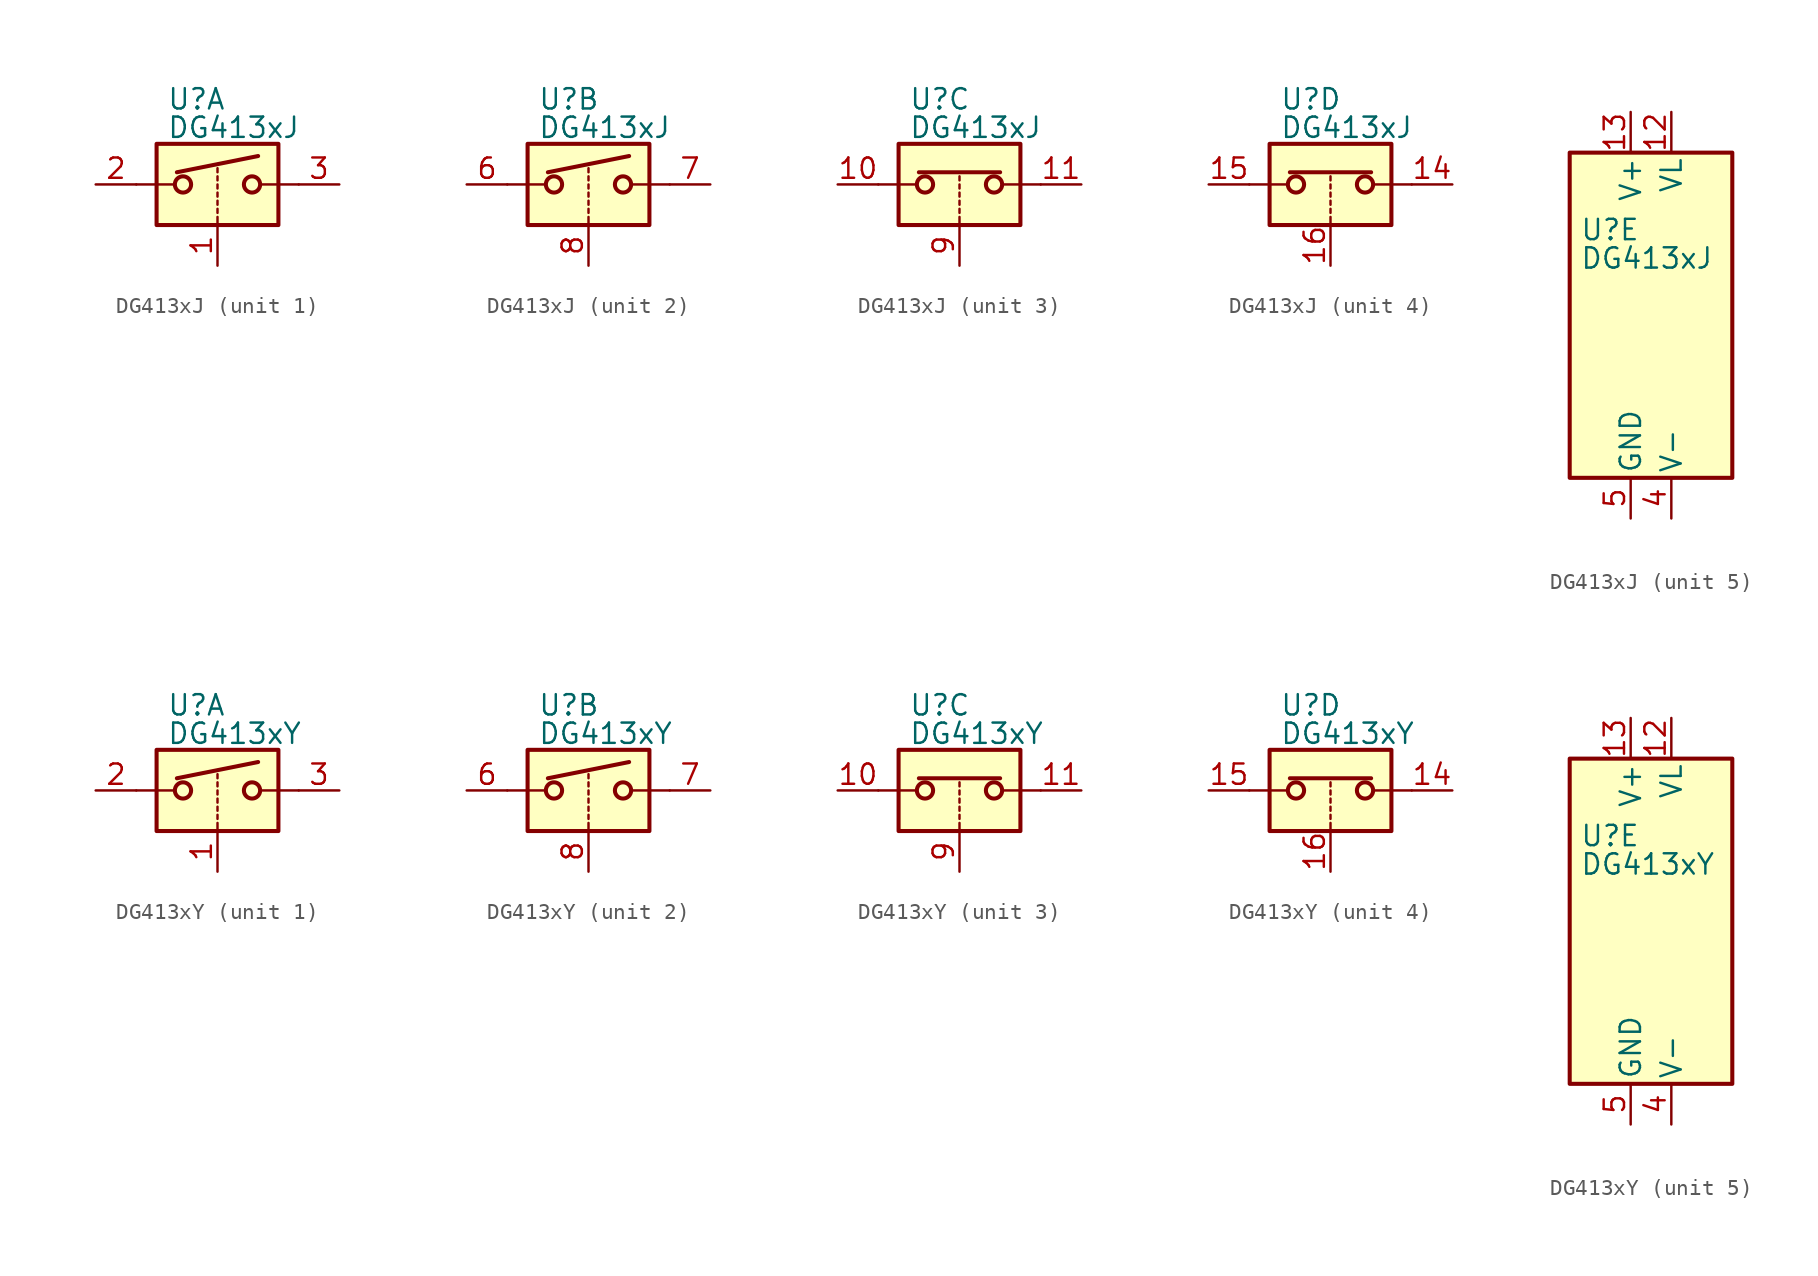
<source format=kicad_sym>
(kicad_symbol_lib
  (version 20201005)
  (generator kicad_symbol_editor)
  (symbol "DG413xJ"
    (pin_names
      (offset 0.254))
    (property "Reference" "U"
      (at -3.175 5.334 0)
      (effects (font (size 1.27 1.27)) (justify left)))
    (property "Value" "DG413xJ"
      (at -3.175 3.556 0)
      (effects (font (size 1.27 1.27)) (justify left)))
    (symbol "DG413xJ_1_1"
      (circle (center -2.159 0) (radius 0.508) (stroke (width 0.254)) (fill (type none)))
      (circle (center 2.159 0) (radius 0.508) (stroke (width 0.254)) (fill (type none)))
      (rectangle (start -3.81 2.54) (end 3.81 -2.54) (stroke (width 0.254)) (fill (type background)))
      (polyline (pts (xy -5.08 0) (xy -2.794 0)) (stroke (width 0)) (fill (type none)))
      (polyline (pts (xy -2.54 0.762) (xy 2.54 1.778)) (stroke (width 0.254)) (fill (type none)))
      (polyline (pts (xy 0 -2.54) (xy 0 -2.032)) (stroke (width 0)) (fill (type none)))
      (polyline (pts (xy 0 -1.778) (xy 0 -1.524)) (stroke (width 0)) (fill (type none)))
      (polyline (pts (xy 0 -1.27) (xy 0 -1.016)) (stroke (width 0)) (fill (type none)))
      (polyline (pts (xy 0 -0.762) (xy 0 -0.508)) (stroke (width 0)) (fill (type none)))
      (polyline (pts (xy 0 -0.254) (xy 0 0)) (stroke (width 0)) (fill (type none)))
      (polyline (pts (xy 0 0.254) (xy 0 0.508)) (stroke (width 0)) (fill (type none)))
      (polyline (pts (xy 0 0.762) (xy 0 1.016)) (stroke (width 0)) (fill (type none)))
      (polyline (pts (xy 5.08 0) (xy 2.794 0)) (stroke (width 0)) (fill (type none)))
      (pin input line (at 0 -5.08 90) (length 2.54) (name "~" (effects (font (size 1.27 1.27)))) (number "1" (effects (font (size 1.27 1.27)))))
      (pin passive line (at -7.62 0 0) (length 2.54) (name "~" (effects (font (size 1.27 1.27)))) (number "2" (effects (font (size 1.27 1.27)))))
      (pin passive line (at 7.62 0 180) (length 2.54) (name "~" (effects (font (size 1.27 1.27)))) (number "3" (effects (font (size 1.27 1.27))))))
    (symbol "DG413xJ_2_1"
      (circle (center -2.159 0) (radius 0.508) (stroke (width 0.254)) (fill (type none)))
      (circle (center 2.159 0) (radius 0.508) (stroke (width 0.254)) (fill (type none)))
      (rectangle (start -3.81 2.54) (end 3.81 -2.54) (stroke (width 0.254)) (fill (type background)))
      (polyline (pts (xy -5.08 0) (xy -2.794 0)) (stroke (width 0)) (fill (type none)))
      (polyline (pts (xy -2.54 0.762) (xy 2.54 1.778)) (stroke (width 0.254)) (fill (type none)))
      (polyline (pts (xy 0 -2.54) (xy 0 -2.032)) (stroke (width 0)) (fill (type none)))
      (polyline (pts (xy 0 -1.778) (xy 0 -1.524)) (stroke (width 0)) (fill (type none)))
      (polyline (pts (xy 0 -1.27) (xy 0 -1.016)) (stroke (width 0)) (fill (type none)))
      (polyline (pts (xy 0 -0.762) (xy 0 -0.508)) (stroke (width 0)) (fill (type none)))
      (polyline (pts (xy 0 -0.254) (xy 0 0)) (stroke (width 0)) (fill (type none)))
      (polyline (pts (xy 0 0.254) (xy 0 0.508)) (stroke (width 0)) (fill (type none)))
      (polyline (pts (xy 0 0.762) (xy 0 1.016)) (stroke (width 0)) (fill (type none)))
      (polyline (pts (xy 5.08 0) (xy 2.794 0)) (stroke (width 0)) (fill (type none)))
      (pin passive line (at -7.62 0 0) (length 2.54) (name "~" (effects (font (size 1.27 1.27)))) (number "6" (effects (font (size 1.27 1.27)))))
      (pin passive line (at 7.62 0 180) (length 2.54) (name "~" (effects (font (size 1.27 1.27)))) (number "7" (effects (font (size 1.27 1.27)))))
      (pin input line (at 0 -5.08 90) (length 2.54) (name "~" (effects (font (size 1.27 1.27)))) (number "8" (effects (font (size 1.27 1.27))))))
    (symbol "DG413xJ_3_1"
      (circle (center -2.159 0) (radius 0.508) (stroke (width 0.254)) (fill (type none)))
      (circle (center 2.159 0) (radius 0.508) (stroke (width 0.254)) (fill (type none)))
      (rectangle (start -3.81 2.54) (end 3.81 -2.54) (stroke (width 0.254)) (fill (type background)))
      (polyline (pts (xy -5.08 0) (xy -2.794 0)) (stroke (width 0)) (fill (type none)))
      (polyline (pts (xy -2.54 0.762) (xy 2.54 0.762)) (stroke (width 0.254)) (fill (type none)))
      (polyline (pts (xy 0 -2.54) (xy 0 -2.032)) (stroke (width 0)) (fill (type none)))
      (polyline (pts (xy 0 -1.778) (xy 0 -1.524)) (stroke (width 0)) (fill (type none)))
      (polyline (pts (xy 0 -1.27) (xy 0 -1.016)) (stroke (width 0)) (fill (type none)))
      (polyline (pts (xy 0 -0.762) (xy 0 -0.508)) (stroke (width 0)) (fill (type none)))
      (polyline (pts (xy 0 -0.254) (xy 0 0)) (stroke (width 0)) (fill (type none)))
      (polyline (pts (xy 0 0.254) (xy 0 0.508)) (stroke (width 0)) (fill (type none)))
      (polyline (pts (xy 5.08 0) (xy 2.794 0)) (stroke (width 0)) (fill (type none)))
      (pin passive line (at -7.62 0 0) (length 2.54) (name "~" (effects (font (size 1.27 1.27)))) (number "10" (effects (font (size 1.27 1.27)))))
      (pin passive line (at 7.62 0 180) (length 2.54) (name "~" (effects (font (size 1.27 1.27)))) (number "11" (effects (font (size 1.27 1.27)))))
      (pin input line (at 0 -5.08 90) (length 2.54) (name "~" (effects (font (size 1.27 1.27)))) (number "9" (effects (font (size 1.27 1.27))))))
    (symbol "DG413xJ_4_1"
      (circle (center -2.159 0) (radius 0.508) (stroke (width 0.254)) (fill (type none)))
      (circle (center 2.159 0) (radius 0.508) (stroke (width 0.254)) (fill (type none)))
      (rectangle (start -3.81 2.54) (end 3.81 -2.54) (stroke (width 0.254)) (fill (type background)))
      (polyline (pts (xy -5.08 0) (xy -2.794 0)) (stroke (width 0)) (fill (type none)))
      (polyline (pts (xy -2.54 0.762) (xy 2.54 0.762)) (stroke (width 0.254)) (fill (type none)))
      (polyline (pts (xy 0 -2.54) (xy 0 -2.032)) (stroke (width 0)) (fill (type none)))
      (polyline (pts (xy 0 -1.778) (xy 0 -1.524)) (stroke (width 0)) (fill (type none)))
      (polyline (pts (xy 0 -1.27) (xy 0 -1.016)) (stroke (width 0)) (fill (type none)))
      (polyline (pts (xy 0 -0.762) (xy 0 -0.508)) (stroke (width 0)) (fill (type none)))
      (polyline (pts (xy 0 -0.254) (xy 0 0)) (stroke (width 0)) (fill (type none)))
      (polyline (pts (xy 0 0.254) (xy 0 0.508)) (stroke (width 0)) (fill (type none)))
      (polyline (pts (xy 5.08 0) (xy 2.794 0)) (stroke (width 0)) (fill (type none)))
      (pin passive line (at 7.62 0 180) (length 2.54) (name "~" (effects (font (size 1.27 1.27)))) (number "14" (effects (font (size 1.27 1.27)))))
      (pin passive line (at -7.62 0 0) (length 2.54) (name "~" (effects (font (size 1.27 1.27)))) (number "15" (effects (font (size 1.27 1.27)))))
      (pin input line (at 0 -5.08 90) (length 2.54) (name "~" (effects (font (size 1.27 1.27)))) (number "16" (effects (font (size 1.27 1.27))))))
    (symbol "DG413xJ_5_0"
      (pin power_in line (at 2.54 12.7 270) (length 2.54) (name "VL" (effects (font (size 1.27 1.27)))) (number "12" (effects (font (size 1.27 1.27)))))
      (pin power_in line (at 0 12.7 270) (length 2.54) (name "V+" (effects (font (size 1.27 1.27)))) (number "13" (effects (font (size 1.27 1.27)))))
      (pin power_in line (at 2.54 -12.7 90) (length 2.54) (name "V-" (effects (font (size 1.27 1.27)))) (number "4" (effects (font (size 1.27 1.27)))))
      (pin power_in line (at 0 -12.7 90) (length 2.54) (name "GND" (effects (font (size 1.27 1.27)))) (number "5" (effects (font (size 1.27 1.27))))))
    (symbol "DG413xJ_5_1"
      (rectangle (start -3.81 10.16) (end 6.35 -10.16) (stroke (width 0.254)) (fill (type background)))))
  (symbol "DG413xY"
    (pin_names
      (offset 0.254))
    (property "Reference" "U"
      (at -3.175 5.334 0)
      (effects (font (size 1.27 1.27)) (justify left)))
    (property "Value" "DG413xY"
      (at -3.175 3.556 0)
      (effects (font (size 1.27 1.27)) (justify left)))
    (symbol "DG413xY_1_1"
      (circle (center -2.159 0) (radius 0.508) (stroke (width 0.254)) (fill (type none)))
      (circle (center 2.159 0) (radius 0.508) (stroke (width 0.254)) (fill (type none)))
      (rectangle (start -3.81 2.54) (end 3.81 -2.54) (stroke (width 0.254)) (fill (type background)))
      (polyline (pts (xy -5.08 0) (xy -2.794 0)) (stroke (width 0)) (fill (type none)))
      (polyline (pts (xy -2.54 0.762) (xy 2.54 1.778)) (stroke (width 0.254)) (fill (type none)))
      (polyline (pts (xy 0 -2.54) (xy 0 -2.032)) (stroke (width 0)) (fill (type none)))
      (polyline (pts (xy 0 -1.778) (xy 0 -1.524)) (stroke (width 0)) (fill (type none)))
      (polyline (pts (xy 0 -1.27) (xy 0 -1.016)) (stroke (width 0)) (fill (type none)))
      (polyline (pts (xy 0 -0.762) (xy 0 -0.508)) (stroke (width 0)) (fill (type none)))
      (polyline (pts (xy 0 -0.254) (xy 0 0)) (stroke (width 0)) (fill (type none)))
      (polyline (pts (xy 0 0.254) (xy 0 0.508)) (stroke (width 0)) (fill (type none)))
      (polyline (pts (xy 0 0.762) (xy 0 1.016)) (stroke (width 0)) (fill (type none)))
      (polyline (pts (xy 5.08 0) (xy 2.794 0)) (stroke (width 0)) (fill (type none)))
      (pin input line (at 0 -5.08 90) (length 2.54) (name "~" (effects (font (size 1.27 1.27)))) (number "1" (effects (font (size 1.27 1.27)))))
      (pin passive line (at -7.62 0 0) (length 2.54) (name "~" (effects (font (size 1.27 1.27)))) (number "2" (effects (font (size 1.27 1.27)))))
      (pin passive line (at 7.62 0 180) (length 2.54) (name "~" (effects (font (size 1.27 1.27)))) (number "3" (effects (font (size 1.27 1.27))))))
    (symbol "DG413xY_2_1"
      (circle (center -2.159 0) (radius 0.508) (stroke (width 0.254)) (fill (type none)))
      (circle (center 2.159 0) (radius 0.508) (stroke (width 0.254)) (fill (type none)))
      (rectangle (start -3.81 2.54) (end 3.81 -2.54) (stroke (width 0.254)) (fill (type background)))
      (polyline (pts (xy -5.08 0) (xy -2.794 0)) (stroke (width 0)) (fill (type none)))
      (polyline (pts (xy -2.54 0.762) (xy 2.54 1.778)) (stroke (width 0.254)) (fill (type none)))
      (polyline (pts (xy 0 -2.54) (xy 0 -2.032)) (stroke (width 0)) (fill (type none)))
      (polyline (pts (xy 0 -1.778) (xy 0 -1.524)) (stroke (width 0)) (fill (type none)))
      (polyline (pts (xy 0 -1.27) (xy 0 -1.016)) (stroke (width 0)) (fill (type none)))
      (polyline (pts (xy 0 -0.762) (xy 0 -0.508)) (stroke (width 0)) (fill (type none)))
      (polyline (pts (xy 0 -0.254) (xy 0 0)) (stroke (width 0)) (fill (type none)))
      (polyline (pts (xy 0 0.254) (xy 0 0.508)) (stroke (width 0)) (fill (type none)))
      (polyline (pts (xy 0 0.762) (xy 0 1.016)) (stroke (width 0)) (fill (type none)))
      (polyline (pts (xy 5.08 0) (xy 2.794 0)) (stroke (width 0)) (fill (type none)))
      (pin passive line (at -7.62 0 0) (length 2.54) (name "~" (effects (font (size 1.27 1.27)))) (number "6" (effects (font (size 1.27 1.27)))))
      (pin passive line (at 7.62 0 180) (length 2.54) (name "~" (effects (font (size 1.27 1.27)))) (number "7" (effects (font (size 1.27 1.27)))))
      (pin input line (at 0 -5.08 90) (length 2.54) (name "~" (effects (font (size 1.27 1.27)))) (number "8" (effects (font (size 1.27 1.27))))))
    (symbol "DG413xY_3_1"
      (circle (center -2.159 0) (radius 0.508) (stroke (width 0.254)) (fill (type none)))
      (circle (center 2.159 0) (radius 0.508) (stroke (width 0.254)) (fill (type none)))
      (rectangle (start -3.81 2.54) (end 3.81 -2.54) (stroke (width 0.254)) (fill (type background)))
      (polyline (pts (xy -5.08 0) (xy -2.794 0)) (stroke (width 0)) (fill (type none)))
      (polyline (pts (xy -2.54 0.762) (xy 2.54 0.762)) (stroke (width 0.254)) (fill (type none)))
      (polyline (pts (xy 0 -2.54) (xy 0 -2.032)) (stroke (width 0)) (fill (type none)))
      (polyline (pts (xy 0 -1.778) (xy 0 -1.524)) (stroke (width 0)) (fill (type none)))
      (polyline (pts (xy 0 -1.27) (xy 0 -1.016)) (stroke (width 0)) (fill (type none)))
      (polyline (pts (xy 0 -0.762) (xy 0 -0.508)) (stroke (width 0)) (fill (type none)))
      (polyline (pts (xy 0 -0.254) (xy 0 0)) (stroke (width 0)) (fill (type none)))
      (polyline (pts (xy 0 0.254) (xy 0 0.508)) (stroke (width 0)) (fill (type none)))
      (polyline (pts (xy 5.08 0) (xy 2.794 0)) (stroke (width 0)) (fill (type none)))
      (pin passive line (at -7.62 0 0) (length 2.54) (name "~" (effects (font (size 1.27 1.27)))) (number "10" (effects (font (size 1.27 1.27)))))
      (pin passive line (at 7.62 0 180) (length 2.54) (name "~" (effects (font (size 1.27 1.27)))) (number "11" (effects (font (size 1.27 1.27)))))
      (pin input line (at 0 -5.08 90) (length 2.54) (name "~" (effects (font (size 1.27 1.27)))) (number "9" (effects (font (size 1.27 1.27))))))
    (symbol "DG413xY_4_1"
      (circle (center -2.159 0) (radius 0.508) (stroke (width 0.254)) (fill (type none)))
      (circle (center 2.159 0) (radius 0.508) (stroke (width 0.254)) (fill (type none)))
      (rectangle (start -3.81 2.54) (end 3.81 -2.54) (stroke (width 0.254)) (fill (type background)))
      (polyline (pts (xy -5.08 0) (xy -2.794 0)) (stroke (width 0)) (fill (type none)))
      (polyline (pts (xy -2.54 0.762) (xy 2.54 0.762)) (stroke (width 0.254)) (fill (type none)))
      (polyline (pts (xy 0 -2.54) (xy 0 -2.032)) (stroke (width 0)) (fill (type none)))
      (polyline (pts (xy 0 -1.778) (xy 0 -1.524)) (stroke (width 0)) (fill (type none)))
      (polyline (pts (xy 0 -1.27) (xy 0 -1.016)) (stroke (width 0)) (fill (type none)))
      (polyline (pts (xy 0 -0.762) (xy 0 -0.508)) (stroke (width 0)) (fill (type none)))
      (polyline (pts (xy 0 -0.254) (xy 0 0)) (stroke (width 0)) (fill (type none)))
      (polyline (pts (xy 0 0.254) (xy 0 0.508)) (stroke (width 0)) (fill (type none)))
      (polyline (pts (xy 5.08 0) (xy 2.794 0)) (stroke (width 0)) (fill (type none)))
      (pin passive line (at 7.62 0 180) (length 2.54) (name "~" (effects (font (size 1.27 1.27)))) (number "14" (effects (font (size 1.27 1.27)))))
      (pin passive line (at -7.62 0 0) (length 2.54) (name "~" (effects (font (size 1.27 1.27)))) (number "15" (effects (font (size 1.27 1.27)))))
      (pin input line (at 0 -5.08 90) (length 2.54) (name "~" (effects (font (size 1.27 1.27)))) (number "16" (effects (font (size 1.27 1.27))))))
    (symbol "DG413xY_5_0"
      (pin power_in line (at 2.54 12.7 270) (length 2.54) (name "VL" (effects (font (size 1.27 1.27)))) (number "12" (effects (font (size 1.27 1.27)))))
      (pin power_in line (at 0 12.7 270) (length 2.54) (name "V+" (effects (font (size 1.27 1.27)))) (number "13" (effects (font (size 1.27 1.27)))))
      (pin power_in line (at 2.54 -12.7 90) (length 2.54) (name "V-" (effects (font (size 1.27 1.27)))) (number "4" (effects (font (size 1.27 1.27)))))
      (pin power_in line (at 0 -12.7 90) (length 2.54) (name "GND" (effects (font (size 1.27 1.27)))) (number "5" (effects (font (size 1.27 1.27))))))
    (symbol "DG413xY_5_1"
      (rectangle (start -3.81 10.16) (end 6.35 -10.16) (stroke (width 0.254)) (fill (type background))))))
</source>
